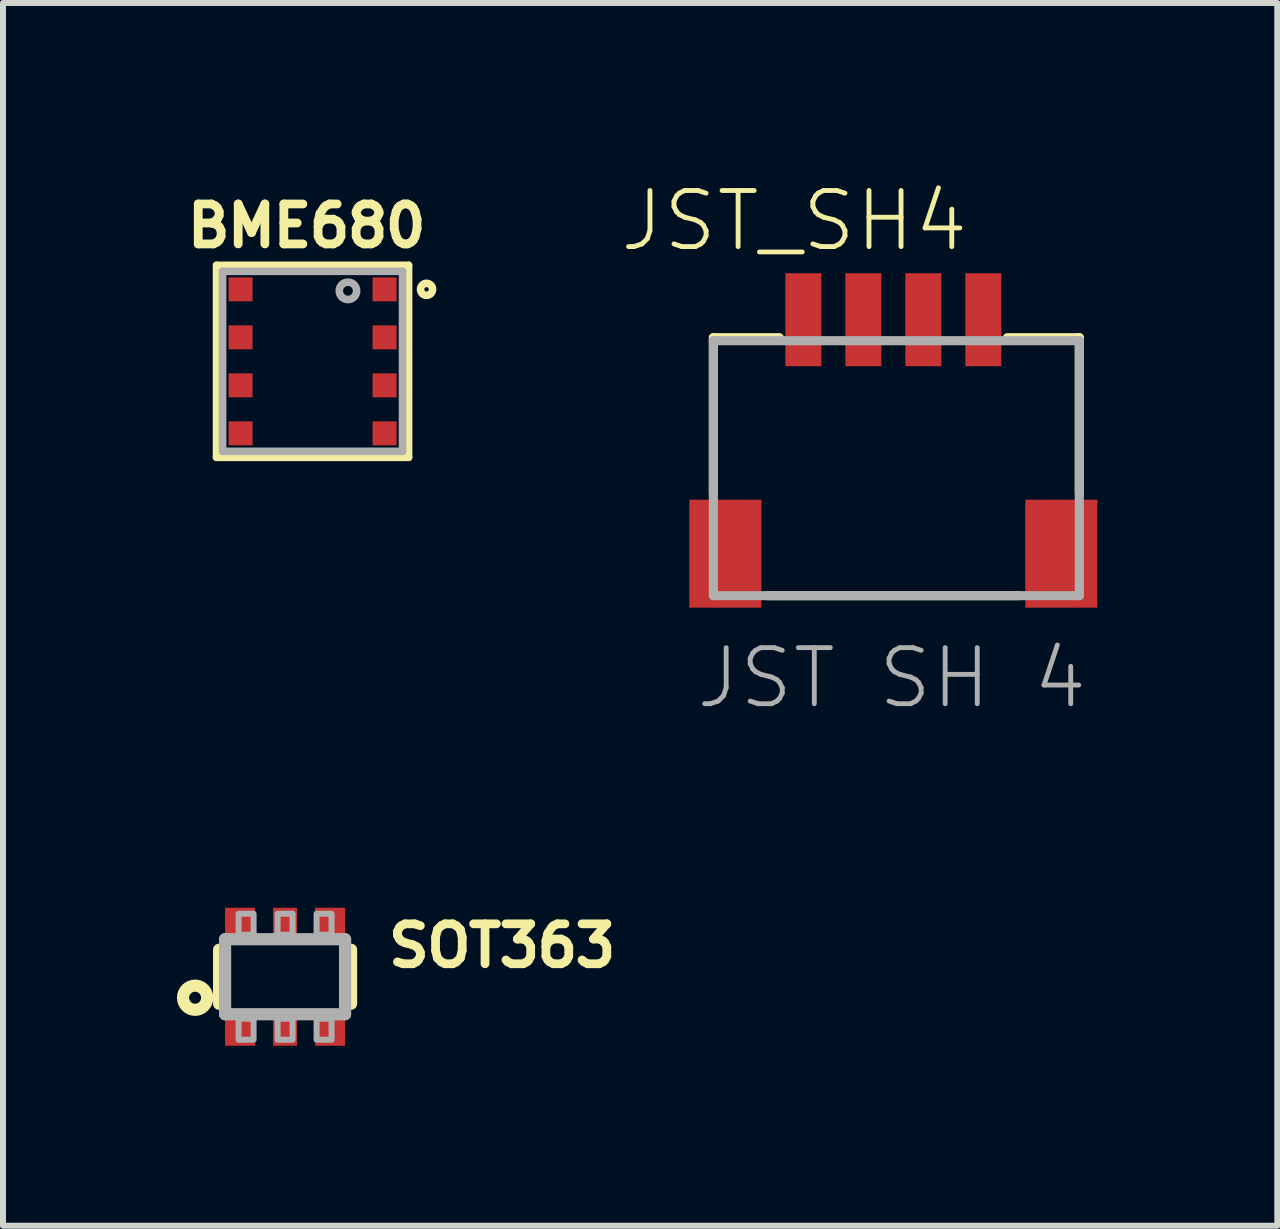
<source format=kicad_pcb>
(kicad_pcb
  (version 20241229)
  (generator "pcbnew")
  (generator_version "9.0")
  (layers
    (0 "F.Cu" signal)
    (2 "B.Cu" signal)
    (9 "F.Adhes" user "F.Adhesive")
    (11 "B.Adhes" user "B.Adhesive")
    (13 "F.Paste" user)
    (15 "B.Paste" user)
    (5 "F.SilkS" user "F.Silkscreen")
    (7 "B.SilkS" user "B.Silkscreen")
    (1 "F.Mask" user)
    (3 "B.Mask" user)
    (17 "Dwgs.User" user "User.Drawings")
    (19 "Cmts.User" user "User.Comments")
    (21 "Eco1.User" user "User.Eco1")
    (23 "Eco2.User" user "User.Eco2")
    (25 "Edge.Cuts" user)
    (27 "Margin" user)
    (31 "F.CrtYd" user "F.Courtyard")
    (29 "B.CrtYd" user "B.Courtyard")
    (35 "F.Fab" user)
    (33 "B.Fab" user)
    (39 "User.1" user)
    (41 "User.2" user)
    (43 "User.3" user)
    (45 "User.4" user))
  (footprint "JST_SH4"
    (layer "F.Cu")
    (at 11.841 4.793)
    (property "Reference" "JST_SH4" (at -4.6 -3.614 0) (unlocked yes) (layer "F.SilkS") (effects (font (size 0.935 0.935) (thickness 0.081)) (justify left bottom)))
    (fp_line (start -3 -2.214) (end -1.9 -2.214) (stroke (width 0.152) (type solid)) (layer "F.SilkS"))
    (fp_line (start -3 0.386) (end -3 -2.214) (stroke (width 0.152) (type solid)) (layer "F.SilkS"))
    (fp_line (start -2.1 2.086) (end 2.1 2.086) (stroke (width 0.152) (type solid)) (layer "F.SilkS"))
    (fp_line (start 1.9 -2.214) (end 3.1 -2.214) (stroke (width 0.152) (type solid)) (layer "F.SilkS"))
    (fp_line (start 3.1 -2.214) (end 3.1 0.386) (stroke (width 0.152) (type solid)) (layer "F.SilkS"))
    (fp_line (start -3 -2.164) (end 3.1 -2.164) (stroke (width 0.152) (type solid)) (layer "F.Fab"))
    (fp_line (start -3 2.086) (end -3 -2.164) (stroke (width 0.152) (type solid)) (layer "F.Fab"))
    (fp_line (start 3.1 -2.164) (end 3.1 2.086) (stroke (width 0.152) (type solid)) (layer "F.Fab"))
    (fp_line (start 3.1 2.086) (end -3 2.086) (stroke (width 0.152) (type solid)) (layer "F.Fab"))
    (fp_text user "JST SH 4" (at -3.33 4.006 0) (unlocked yes) (layer "F.Fab") (effects (font (size 0.935 0.935) (thickness 0.081)) (justify left bottom)))
    (pad "1" smd rect (at -1.5 -2.514 90) (size 1.55 0.6) (layers "F.Cu" "F.Mask" "F.Paste"))
    (pad "2" smd rect (at -0.5 -2.514 90) (size 1.55 0.6) (layers "F.Cu" "F.Mask" "F.Paste"))
    (pad "3" smd rect (at 0.5 -2.514 90) (size 1.55 0.6) (layers "F.Cu" "F.Mask" "F.Paste"))
    (pad "4" smd rect (at 1.5 -2.514 90) (size 1.55 0.6) (layers "F.Cu" "F.Mask" "F.Paste"))
    (pad "MT1" smd rect (at -2.8 1.386 90) (size 1.8 1.2) (layers "F.Cu" "F.Mask" "F.Paste"))
    (pad "MT2" smd rect (at 2.8 1.386 90) (size 1.8 1.2) (layers "F.Cu" "F.Mask" "F.Paste")))
  (footprint "SOT363"
    (layer "F.Cu")
    (at 1.702 13.231)
    (property "Reference" "SOT363" (at 1.651 -0.127 0) (unlocked yes) (layer "F.SilkS") (effects (font (size 0.666 0.666) (thickness 0.146)) (justify left bottom)))
    (fp_line (start -1.1 -0.45) (end -1.1 0.45) (stroke (width 0.203) (type solid)) (layer "F.SilkS"))
    (fp_line (start 1.1 -0.45) (end 1.1 0.45) (stroke (width 0.203) (type solid)) (layer "F.SilkS"))
    (fp_circle (center -1.5 0.35) (end -1.4 0.35) (stroke (width 0.203) (type solid)) (fill no) (layer "F.SilkS"))
    (fp_line (start -1 -0.625) (end 1 -0.625) (stroke (width 0.203) (type solid)) (layer "F.Fab"))
    (fp_line (start -1 0.625) (end -1 -0.625) (stroke (width 0.203) (type solid)) (layer "F.Fab"))
    (fp_line (start 1 -0.625) (end 1 0.625) (stroke (width 0.203) (type solid)) (layer "F.Fab"))
    (fp_line (start 1 0.625) (end -1 0.625) (stroke (width 0.203) (type solid)) (layer "F.Fab"))
    (fp_poly (pts (xy -0.775 -0.7) (xy -0.525 -0.7) (xy -0.525 -1.05) (xy -0.775 -1.05)) (stroke (width 0.1) (type default)) (fill no) (layer "F.Fab"))
    (fp_poly (pts (xy -0.775 1.05) (xy -0.525 1.05) (xy -0.525 0.7) (xy -0.775 0.7)) (stroke (width 0.1) (type default)) (fill no) (layer "F.Fab"))
    (fp_poly (pts (xy -0.125 -0.7) (xy 0.125 -0.7) (xy 0.125 -1.05) (xy -0.125 -1.05)) (stroke (width 0.1) (type default)) (fill no) (layer "F.Fab"))
    (fp_poly (pts (xy -0.125 1.05) (xy 0.125 1.05) (xy 0.125 0.7) (xy -0.125 0.7)) (stroke (width 0.1) (type default)) (fill no) (layer "F.Fab"))
    (fp_poly (pts (xy 0.525 -0.7) (xy 0.775 -0.7) (xy 0.775 -1.05) (xy 0.525 -1.05)) (stroke (width 0.1) (type default)) (fill no) (layer "F.Fab"))
    (fp_poly (pts (xy 0.525 1.05) (xy 0.775 1.05) (xy 0.775 0.7) (xy 0.525 0.7)) (stroke (width 0.1) (type default)) (fill no) (layer "F.Fab"))
    (pad "1" smd rect (at -0.75 0.9) (size 0.5 0.5) (layers "F.Cu" "F.Mask" "F.Paste"))
    (pad "2" smd rect (at 0 0.9) (size 0.4 0.5) (layers "F.Cu" "F.Mask" "F.Paste"))
    (pad "3" smd rect (at 0.75 0.9) (size 0.5 0.5) (layers "F.Cu" "F.Mask" "F.Paste"))
    (pad "4" smd rect (at 0.75 -0.9) (size 0.5 0.5) (layers "F.Cu" "F.Mask" "F.Paste"))
    (pad "5" smd rect (at 0 -0.9) (size 0.4 0.5) (layers "F.Cu" "F.Mask" "F.Paste"))
    (pad "6" smd rect (at -0.75 -0.9) (size 0.5 0.5) (layers "F.Cu" "F.Mask" "F.Paste")))
  (footprint "BME680"
    (layer "F.Cu")
    (at 2.16 2.973)
    (property "Reference" "BME680" (at -2.16 -1.868 0) (unlocked yes) (layer "F.SilkS") (effects (font (size 0.666 0.666) (thickness 0.146)) (justify left bottom)))
    (fp_line (start -1.6 -1.6) (end 1.6 -1.6) (stroke (width 0.127) (type solid)) (layer "F.SilkS"))
    (fp_line (start -1.6 1.6) (end -1.6 -1.6) (stroke (width 0.127) (type solid)) (layer "F.SilkS"))
    (fp_line (start 1.6 -1.6) (end 1.6 1.6) (stroke (width 0.127) (type solid)) (layer "F.SilkS"))
    (fp_line (start 1.6 1.6) (end -1.6 1.6) (stroke (width 0.127) (type solid)) (layer "F.SilkS"))
    (fp_circle (center 1.9 -1.2) (end 2 -1.2) (stroke (width 0.127) (type solid)) (fill no) (layer "F.SilkS"))
    (fp_line (start -1.5 -1.5) (end 1.5 -1.5) (stroke (width 0.127) (type solid)) (layer "F.Fab"))
    (fp_line (start -1.5 1.5) (end -1.5 -1.5) (stroke (width 0.127) (type solid)) (layer "F.Fab"))
    (fp_line (start 1.5 -1.5) (end 1.5 1.5) (stroke (width 0.127) (type solid)) (layer "F.Fab"))
    (fp_line (start 1.5 1.5) (end -1.5 1.5) (stroke (width 0.127) (type solid)) (layer "F.Fab"))
    (fp_circle (center 0.59 -1.175) (end 0.735 -1.175) (stroke (width 0.127) (type solid)) (fill no) (layer "F.Fab"))
    (pad "1" smd rect (at 1.2 -1.2) (size 0.4 0.4) (layers "F.Cu" "F.Mask" "F.Paste"))
    (pad "2" smd rect (at 1.2 -0.4) (size 0.4 0.4) (layers "F.Cu" "F.Mask" "F.Paste"))
    (pad "3" smd rect (at 1.2 0.4) (size 0.4 0.4) (layers "F.Cu" "F.Mask" "F.Paste"))
    (pad "4" smd rect (at 1.2 1.2) (size 0.4 0.4) (layers "F.Cu" "F.Mask" "F.Paste"))
    (pad "5" smd rect (at -1.2 1.2) (size 0.4 0.4) (layers "F.Cu" "F.Mask" "F.Paste"))
    (pad "6" smd rect (at -1.2 0.4) (size 0.4 0.4) (layers "F.Cu" "F.Mask" "F.Paste"))
    (pad "7" smd rect (at -1.2 -0.4) (size 0.4 0.4) (layers "F.Cu" "F.Mask" "F.Paste"))
    (pad "8" smd rect (at -1.2 -1.2) (size 0.4 0.4) (layers "F.Cu" "F.Mask" "F.Paste")))
  (gr_rect
    (start -3 -3)
    (end 18.241 17.381)
    (stroke (width 0.1) (type default))
    (fill no)
    (layer "Edge.Cuts")))
</source>
